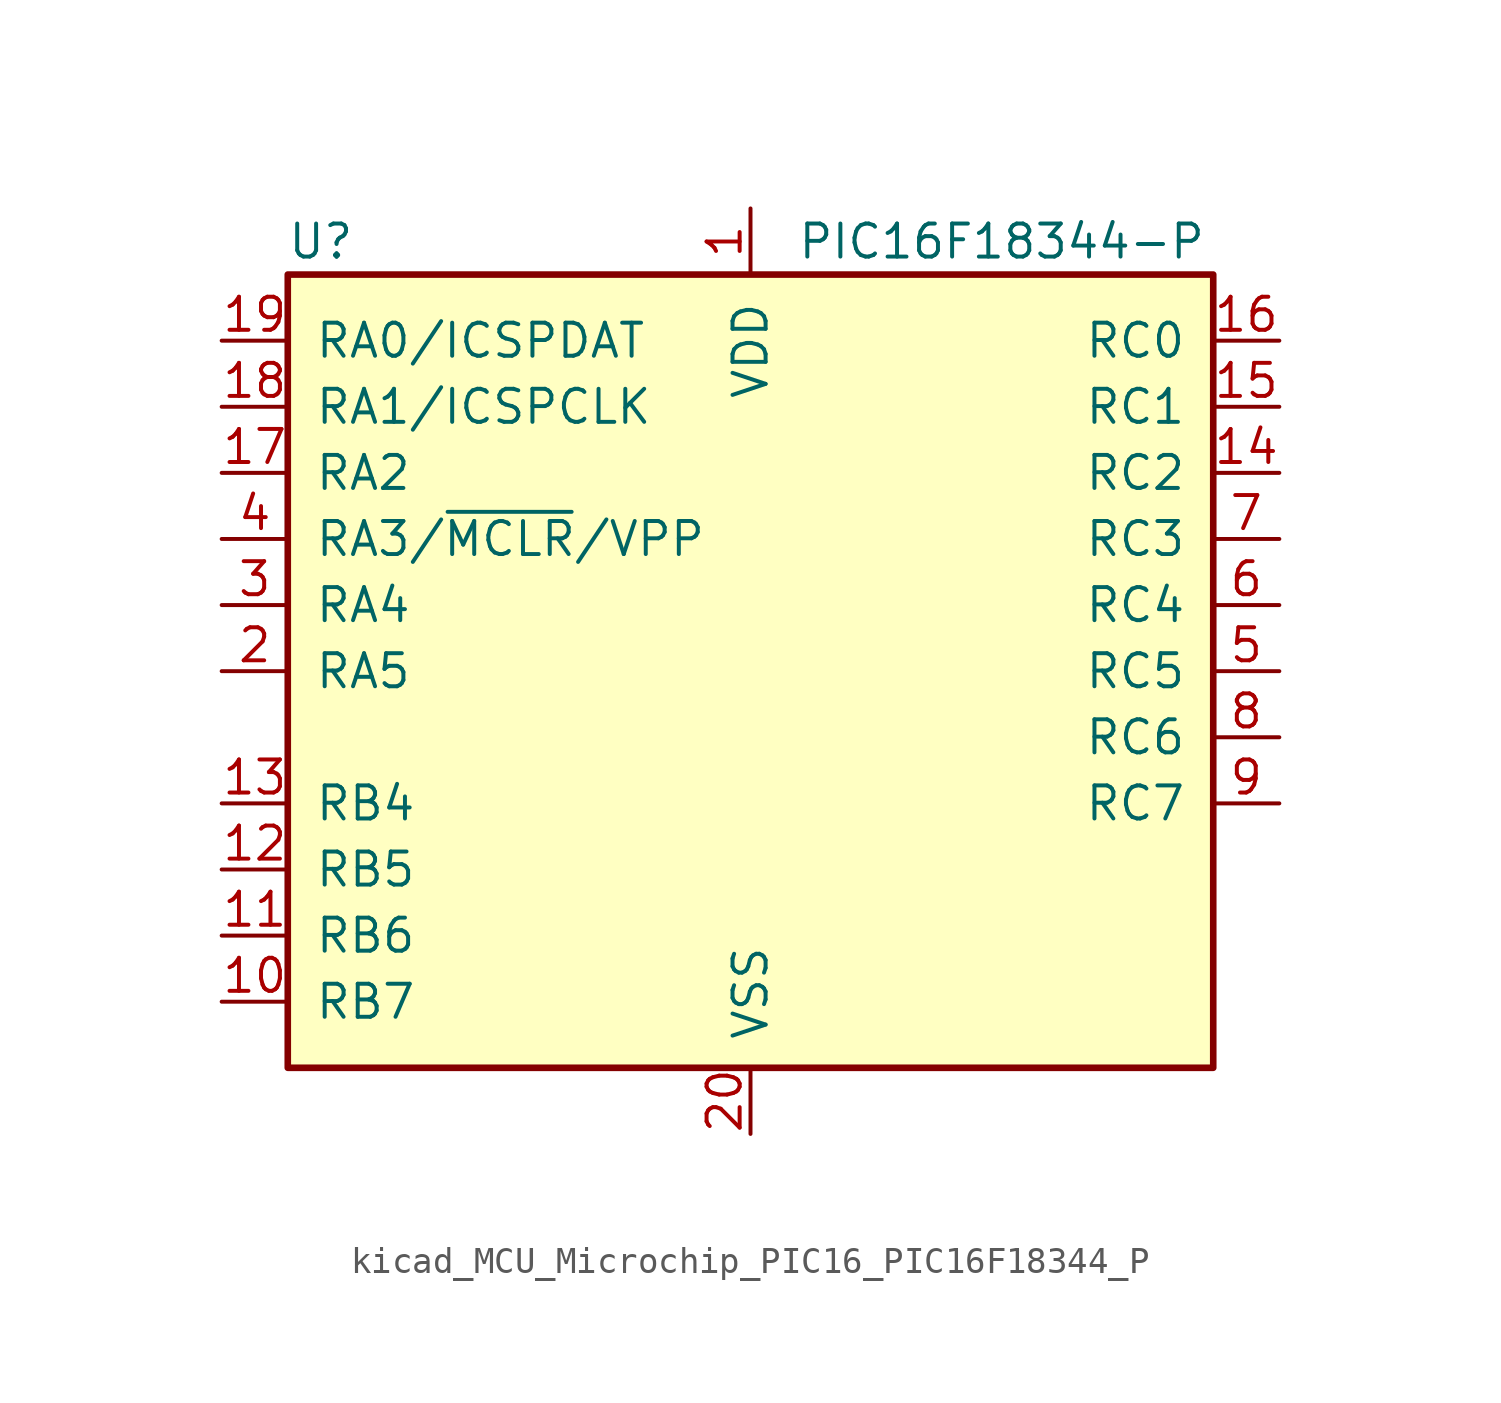
<source format=kicad_sym>
(kicad_symbol_lib
  (version 20220914)
  (generator kicad_symbol_editor)
  (symbol "kicad_MCU_Microchip_PIC16_PIC16F18344_P"
    (pin_names
      (offset 1.016))
    (property "Reference" "U"
      (at -16.51 16.51 0)
      (effects (font (size 1.27 1.27))))
    (property "Value" "PIC16F18344-P"
      (at 9.652 16.51 0)
      (effects (font (size 1.27 1.27))))
    (symbol "kicad_MCU_Microchip_PIC16_PIC16F18344_P_0_1"
      (rectangle (start -17.78 15.24) (end 17.78 -15.24) (stroke (width 0.254) (type default)) (fill (type background))))
    (symbol "kicad_MCU_Microchip_PIC16_PIC16F18344_P_1_1"
      (pin power_in line (at 0 17.78 270) (length 2.54) (name "VDD" (effects (font (size 1.27 1.27)))) (number "1" (effects (font (size 1.27 1.27)))))
      (pin bidirectional line (at -20.32 -12.7 0) (length 2.54) (name "RB7" (effects (font (size 1.27 1.27)))) (number "10" (effects (font (size 1.27 1.27)))))
      (pin bidirectional line (at -20.32 -10.16 0) (length 2.54) (name "RB6" (effects (font (size 1.27 1.27)))) (number "11" (effects (font (size 1.27 1.27)))))
      (pin bidirectional line (at -20.32 -7.62 0) (length 2.54) (name "RB5" (effects (font (size 1.27 1.27)))) (number "12" (effects (font (size 1.27 1.27)))))
      (pin bidirectional line (at -20.32 -5.08 0) (length 2.54) (name "RB4" (effects (font (size 1.27 1.27)))) (number "13" (effects (font (size 1.27 1.27)))))
      (pin bidirectional line (at 20.32 7.62 180) (length 2.54) (name "RC2" (effects (font (size 1.27 1.27)))) (number "14" (effects (font (size 1.27 1.27)))))
      (pin bidirectional line (at 20.32 10.16 180) (length 2.54) (name "RC1" (effects (font (size 1.27 1.27)))) (number "15" (effects (font (size 1.27 1.27)))))
      (pin bidirectional line (at 20.32 12.7 180) (length 2.54) (name "RC0" (effects (font (size 1.27 1.27)))) (number "16" (effects (font (size 1.27 1.27)))))
      (pin bidirectional line (at -20.32 7.62 0) (length 2.54) (name "RA2" (effects (font (size 1.27 1.27)))) (number "17" (effects (font (size 1.27 1.27)))))
      (pin bidirectional line (at -20.32 10.16 0) (length 2.54) (name "RA1/ICSPCLK" (effects (font (size 1.27 1.27)))) (number "18" (effects (font (size 1.27 1.27)))))
      (pin bidirectional line (at -20.32 12.7 0) (length 2.54) (name "RA0/ICSPDAT" (effects (font (size 1.27 1.27)))) (number "19" (effects (font (size 1.27 1.27)))))
      (pin bidirectional line (at -20.32 0 0) (length 2.54) (name "RA5" (effects (font (size 1.27 1.27)))) (number "2" (effects (font (size 1.27 1.27)))))
      (pin power_in line (at 0 -17.78 90) (length 2.54) (name "VSS" (effects (font (size 1.27 1.27)))) (number "20" (effects (font (size 1.27 1.27)))))
      (pin bidirectional line (at -20.32 2.54 0) (length 2.54) (name "RA4" (effects (font (size 1.27 1.27)))) (number "3" (effects (font (size 1.27 1.27)))))
      (pin bidirectional line (at -20.32 5.08 0) (length 2.54) (name "RA3/~{MCLR}/VPP" (effects (font (size 1.27 1.27)))) (number "4" (effects (font (size 1.27 1.27)))))
      (pin bidirectional line (at 20.32 0 180) (length 2.54) (name "RC5" (effects (font (size 1.27 1.27)))) (number "5" (effects (font (size 1.27 1.27)))))
      (pin bidirectional line (at 20.32 2.54 180) (length 2.54) (name "RC4" (effects (font (size 1.27 1.27)))) (number "6" (effects (font (size 1.27 1.27)))))
      (pin bidirectional line (at 20.32 5.08 180) (length 2.54) (name "RC3" (effects (font (size 1.27 1.27)))) (number "7" (effects (font (size 1.27 1.27)))))
      (pin bidirectional line (at 20.32 -2.54 180) (length 2.54) (name "RC6" (effects (font (size 1.27 1.27)))) (number "8" (effects (font (size 1.27 1.27)))))
      (pin bidirectional line (at 20.32 -5.08 180) (length 2.54) (name "RC7" (effects (font (size 1.27 1.27)))) (number "9" (effects (font (size 1.27 1.27))))))))
</source>
